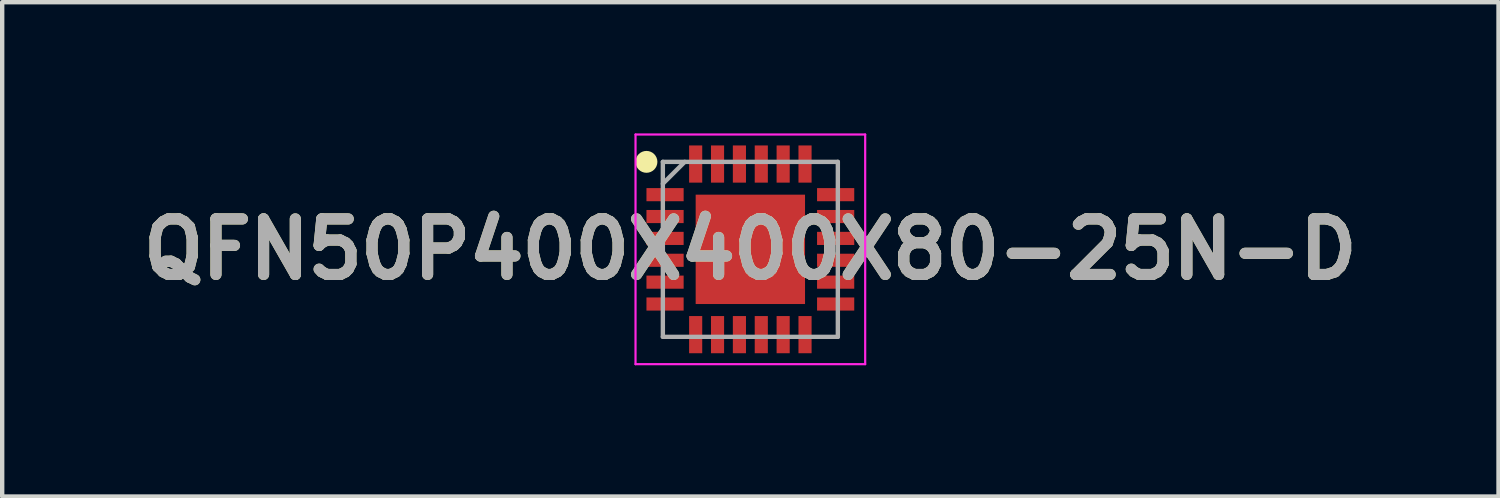
<source format=kicad_pcb>
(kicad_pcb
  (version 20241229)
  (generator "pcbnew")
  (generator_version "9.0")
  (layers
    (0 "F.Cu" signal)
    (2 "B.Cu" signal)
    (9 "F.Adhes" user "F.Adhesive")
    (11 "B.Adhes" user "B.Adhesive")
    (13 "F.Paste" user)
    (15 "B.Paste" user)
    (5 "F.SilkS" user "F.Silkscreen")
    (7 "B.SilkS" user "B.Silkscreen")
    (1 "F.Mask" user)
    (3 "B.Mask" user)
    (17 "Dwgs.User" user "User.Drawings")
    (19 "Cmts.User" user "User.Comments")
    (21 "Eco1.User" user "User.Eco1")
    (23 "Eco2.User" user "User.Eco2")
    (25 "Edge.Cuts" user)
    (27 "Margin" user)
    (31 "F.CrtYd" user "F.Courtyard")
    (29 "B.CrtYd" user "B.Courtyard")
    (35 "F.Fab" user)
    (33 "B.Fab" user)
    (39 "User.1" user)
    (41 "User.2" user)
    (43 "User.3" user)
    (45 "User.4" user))
  (footprint "QFN50P400X400X80-25N-D"
    (layer "F.Cu")
    (at 14.103 2.65)
    (property "Reference" "QFN50P400X400X80-25N-D" (at 0 0 0) (layer "F.SilkS") (effects (font (size 1.27 1.27) (thickness 0.254))))
    (attr smd)
    (fp_circle (center -2.375 -2) (end -2.375 -1.875) (stroke (width 0.25) (type solid)) (fill no) (layer "F.SilkS"))
    (fp_line (start -2.625 -2.625) (end 2.625 -2.625) (stroke (width 0.05) (type solid)) (layer "F.CrtYd"))
    (fp_line (start -2.625 2.625) (end -2.625 -2.625) (stroke (width 0.05) (type solid)) (layer "F.CrtYd"))
    (fp_line (start 2.625 -2.625) (end 2.625 2.625) (stroke (width 0.05) (type solid)) (layer "F.CrtYd"))
    (fp_line (start 2.625 2.625) (end -2.625 2.625) (stroke (width 0.05) (type solid)) (layer "F.CrtYd"))
    (fp_line (start -2 -2) (end 2 -2) (stroke (width 0.1) (type solid)) (layer "F.Fab"))
    (fp_line (start -2 -1.5) (end -1.5 -2) (stroke (width 0.1) (type solid)) (layer "F.Fab"))
    (fp_line (start -2 2) (end -2 -2) (stroke (width 0.1) (type solid)) (layer "F.Fab"))
    (fp_line (start 2 -2) (end 2 2) (stroke (width 0.1) (type solid)) (layer "F.Fab"))
    (fp_line (start 2 2) (end -2 2) (stroke (width 0.1) (type solid)) (layer "F.Fab"))
    (fp_text user "${REFERENCE}" (at 0 0 0) (layer "F.Fab") (effects (font (size 1.27 1.27) (thickness 0.254))))
    (pad "1" smd rect (at -1.95 -1.25 90) (size 0.3 0.85) (layers "F.Cu" "F.Mask" "F.Paste"))
    (pad "2" smd rect (at -1.95 -0.75 90) (size 0.3 0.85) (layers "F.Cu" "F.Mask" "F.Paste"))
    (pad "3" smd rect (at -1.95 -0.25 90) (size 0.3 0.85) (layers "F.Cu" "F.Mask" "F.Paste"))
    (pad "4" smd rect (at -1.95 0.25 90) (size 0.3 0.85) (layers "F.Cu" "F.Mask" "F.Paste"))
    (pad "5" smd rect (at -1.95 0.75 90) (size 0.3 0.85) (layers "F.Cu" "F.Mask" "F.Paste"))
    (pad "6" smd rect (at -1.95 1.25 90) (size 0.3 0.85) (layers "F.Cu" "F.Mask" "F.Paste"))
    (pad "7" smd rect (at -1.25 1.95) (size 0.3 0.85) (layers "F.Cu" "F.Mask" "F.Paste"))
    (pad "8" smd rect (at -0.75 1.95) (size 0.3 0.85) (layers "F.Cu" "F.Mask" "F.Paste"))
    (pad "9" smd rect (at -0.25 1.95) (size 0.3 0.85) (layers "F.Cu" "F.Mask" "F.Paste"))
    (pad "10" smd rect (at 0.25 1.95) (size 0.3 0.85) (layers "F.Cu" "F.Mask" "F.Paste"))
    (pad "11" smd rect (at 0.75 1.95) (size 0.3 0.85) (layers "F.Cu" "F.Mask" "F.Paste"))
    (pad "12" smd rect (at 1.25 1.95) (size 0.3 0.85) (layers "F.Cu" "F.Mask" "F.Paste"))
    (pad "13" smd rect (at 1.95 1.25 90) (size 0.3 0.85) (layers "F.Cu" "F.Mask" "F.Paste"))
    (pad "14" smd rect (at 1.95 0.75 90) (size 0.3 0.85) (layers "F.Cu" "F.Mask" "F.Paste"))
    (pad "15" smd rect (at 1.95 0.25 90) (size 0.3 0.85) (layers "F.Cu" "F.Mask" "F.Paste"))
    (pad "16" smd rect (at 1.95 -0.25 90) (size 0.3 0.85) (layers "F.Cu" "F.Mask" "F.Paste"))
    (pad "17" smd rect (at 1.95 -0.75 90) (size 0.3 0.85) (layers "F.Cu" "F.Mask" "F.Paste"))
    (pad "18" smd rect (at 1.95 -1.25 90) (size 0.3 0.85) (layers "F.Cu" "F.Mask" "F.Paste"))
    (pad "19" smd rect (at 1.25 -1.95) (size 0.3 0.85) (layers "F.Cu" "F.Mask" "F.Paste"))
    (pad "20" smd rect (at 0.75 -1.95) (size 0.3 0.85) (layers "F.Cu" "F.Mask" "F.Paste"))
    (pad "21" smd rect (at 0.25 -1.95) (size 0.3 0.85) (layers "F.Cu" "F.Mask" "F.Paste"))
    (pad "22" smd rect (at -0.25 -1.95) (size 0.3 0.85) (layers "F.Cu" "F.Mask" "F.Paste"))
    (pad "23" smd rect (at -0.75 -1.95) (size 0.3 0.85) (layers "F.Cu" "F.Mask" "F.Paste"))
    (pad "24" smd rect (at -1.25 -1.95) (size 0.3 0.85) (layers "F.Cu" "F.Mask" "F.Paste"))
    (pad "25" smd rect (at 0 0) (size 2.5 2.5) (layers "F.Cu" "F.Mask" "F.Paste")))
  (gr_rect
    (start -3 -3)
    (end 31.206 8.3)
    (stroke (width 0.1) (type default))
    (fill no)
    (layer "Edge.Cuts")))
</source>
